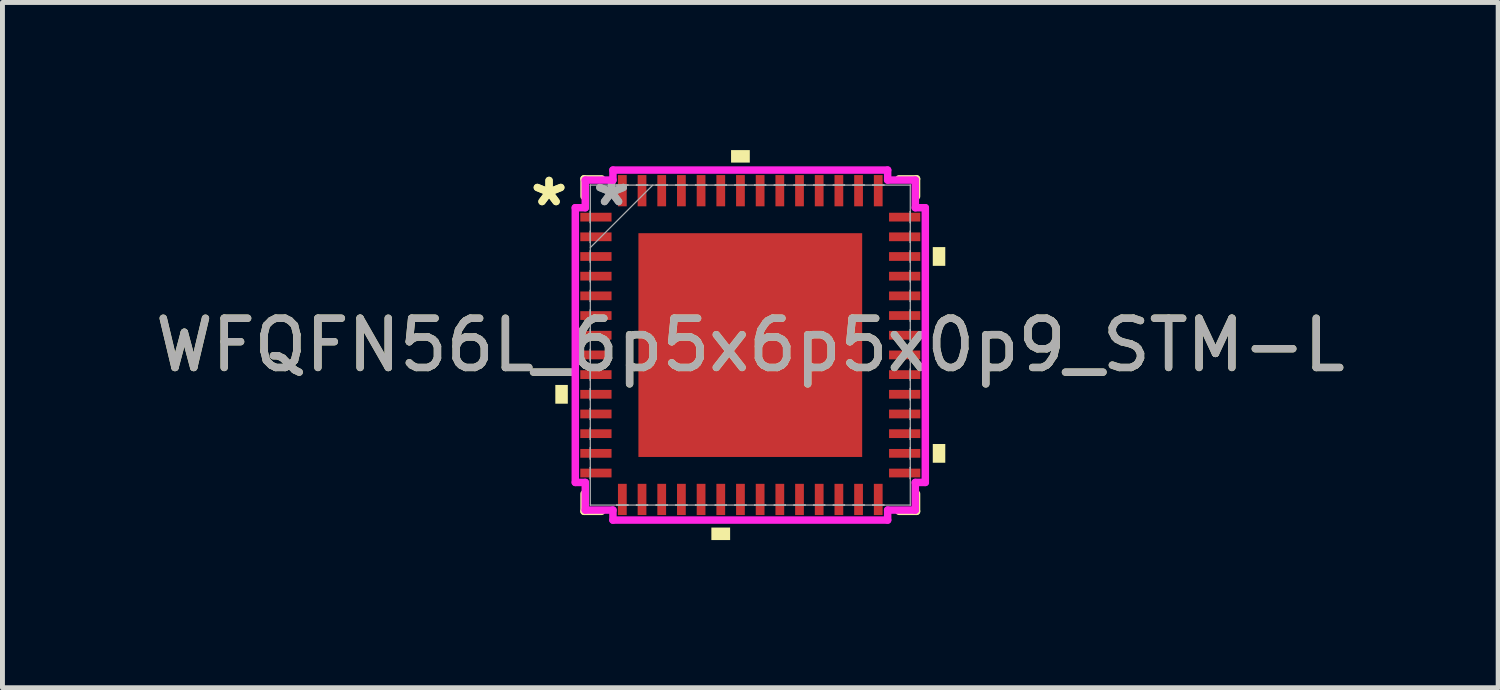
<source format=kicad_pcb>
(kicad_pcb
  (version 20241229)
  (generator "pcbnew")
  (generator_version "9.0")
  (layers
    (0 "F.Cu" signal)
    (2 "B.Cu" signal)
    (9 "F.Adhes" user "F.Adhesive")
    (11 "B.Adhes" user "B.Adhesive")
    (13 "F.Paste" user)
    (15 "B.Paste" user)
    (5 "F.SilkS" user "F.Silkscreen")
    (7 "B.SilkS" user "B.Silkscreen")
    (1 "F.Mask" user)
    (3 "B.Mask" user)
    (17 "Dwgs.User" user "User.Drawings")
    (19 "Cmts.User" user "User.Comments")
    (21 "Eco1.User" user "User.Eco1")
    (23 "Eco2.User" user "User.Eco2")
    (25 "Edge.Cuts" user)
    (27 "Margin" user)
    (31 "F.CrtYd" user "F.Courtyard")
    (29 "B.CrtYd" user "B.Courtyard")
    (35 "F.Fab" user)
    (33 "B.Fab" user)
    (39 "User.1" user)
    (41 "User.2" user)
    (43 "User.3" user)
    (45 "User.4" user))
  (footprint "WFQFN56L_6p5x6p5x0p9_STM-L"
    (layer "F.Cu")
    (at 12.196 3.962)
    (property "Reference" "WFQFN56L_6p5x6p5x0p9_STM-L" (at 0 0 0) (unlocked yes) (layer "F.SilkS") (effects (font (size 1 1) (thickness 0.15))))
    (attr smd)
    (fp_line (start -3.378 -3.378) (end -3.378 -3.022) (stroke (width 0.152) (type solid)) (layer "F.SilkS"))
    (fp_line (start -3.378 3.022) (end -3.378 3.378) (stroke (width 0.152) (type solid)) (layer "F.SilkS"))
    (fp_line (start -3.378 3.378) (end -3.022 3.378) (stroke (width 0.152) (type solid)) (layer "F.SilkS"))
    (fp_line (start -3.022 -3.378) (end -3.378 -3.378) (stroke (width 0.152) (type solid)) (layer "F.SilkS"))
    (fp_line (start 3.022 3.378) (end 3.378 3.378) (stroke (width 0.152) (type solid)) (layer "F.SilkS"))
    (fp_line (start 3.378 -3.378) (end 3.022 -3.378) (stroke (width 0.152) (type solid)) (layer "F.SilkS"))
    (fp_line (start 3.378 -3.022) (end 3.378 -3.378) (stroke (width 0.152) (type solid)) (layer "F.SilkS"))
    (fp_line (start 3.378 3.378) (end 3.378 3.022) (stroke (width 0.152) (type solid)) (layer "F.SilkS"))
    (fp_poly (pts (xy -3.962 0.81) (xy -3.962 1.191) (xy -3.708 1.191) (xy -3.708 0.81)) (stroke (width 0) (type solid)) (fill yes) (layer "F.SilkS"))
    (fp_poly (pts (xy -0.791 3.708) (xy -0.791 3.962) (xy -0.41 3.962) (xy -0.41 3.708)) (stroke (width 0) (type solid)) (fill yes) (layer "F.SilkS"))
    (fp_poly (pts (xy -0.391 -3.708) (xy -0.391 -3.962) (xy -0.01 -3.962) (xy -0.01 -3.708)) (stroke (width 0) (type solid)) (fill yes) (layer "F.SilkS"))
    (fp_poly (pts (xy 3.962 -1.991) (xy 3.962 -1.61) (xy 3.708 -1.61) (xy 3.708 -1.991)) (stroke (width 0) (type solid)) (fill yes) (layer "F.SilkS"))
    (fp_poly (pts (xy 3.962 2.01) (xy 3.962 2.391) (xy 3.708 2.391) (xy 3.708 2.01)) (stroke (width 0) (type solid)) (fill yes) (layer "F.SilkS"))
    (fp_poly (pts (xy -2.173 -2.173) (xy -2.173 -0.858) (xy -0.858 -0.858) (xy -0.858 -2.173)) (stroke (width 0) (type solid)) (fill yes) (layer "F.Paste"))
    (fp_poly (pts (xy -2.173 -0.658) (xy -2.173 0.658) (xy -0.858 0.658) (xy -0.858 -0.658)) (stroke (width 0) (type solid)) (fill yes) (layer "F.Paste"))
    (fp_poly (pts (xy -2.173 0.858) (xy -2.173 2.173) (xy -0.858 2.173) (xy -0.858 0.858)) (stroke (width 0) (type solid)) (fill yes) (layer "F.Paste"))
    (fp_poly (pts (xy -0.658 -2.173) (xy -0.658 -0.858) (xy 0.658 -0.858) (xy 0.658 -2.173)) (stroke (width 0) (type solid)) (fill yes) (layer "F.Paste"))
    (fp_poly (pts (xy -0.658 -0.658) (xy -0.658 0.658) (xy 0.658 0.658) (xy 0.658 -0.658)) (stroke (width 0) (type solid)) (fill yes) (layer "F.Paste"))
    (fp_poly (pts (xy -0.658 0.858) (xy -0.658 2.173) (xy 0.658 2.173) (xy 0.658 0.858)) (stroke (width 0) (type solid)) (fill yes) (layer "F.Paste"))
    (fp_poly (pts (xy 0.858 -2.173) (xy 0.858 -0.858) (xy 2.173 -0.858) (xy 2.173 -2.173)) (stroke (width 0) (type solid)) (fill yes) (layer "F.Paste"))
    (fp_poly (pts (xy 0.858 -0.658) (xy 0.858 0.658) (xy 2.173 0.658) (xy 2.173 -0.658)) (stroke (width 0) (type solid)) (fill yes) (layer "F.Paste"))
    (fp_poly (pts (xy 0.858 0.858) (xy 0.858 2.173) (xy 2.173 2.173) (xy 2.173 0.858)) (stroke (width 0) (type solid)) (fill yes) (layer "F.Paste"))
    (fp_line (start -3.556 -2.791) (end -3.353 -2.791) (stroke (width 0.152) (type solid)) (layer "F.CrtYd"))
    (fp_line (start -3.556 2.791) (end -3.556 -2.791) (stroke (width 0.152) (type solid)) (layer "F.CrtYd"))
    (fp_line (start -3.353 -3.353) (end -2.791 -3.353) (stroke (width 0.152) (type solid)) (layer "F.CrtYd"))
    (fp_line (start -3.353 -2.791) (end -3.353 -3.353) (stroke (width 0.152) (type solid)) (layer "F.CrtYd"))
    (fp_line (start -3.353 2.791) (end -3.556 2.791) (stroke (width 0.152) (type solid)) (layer "F.CrtYd"))
    (fp_line (start -3.353 3.353) (end -3.353 2.791) (stroke (width 0.152) (type solid)) (layer "F.CrtYd"))
    (fp_line (start -2.791 -3.556) (end 2.791 -3.556) (stroke (width 0.152) (type solid)) (layer "F.CrtYd"))
    (fp_line (start -2.791 -3.353) (end -2.791 -3.556) (stroke (width 0.152) (type solid)) (layer "F.CrtYd"))
    (fp_line (start -2.791 3.353) (end -3.353 3.353) (stroke (width 0.152) (type solid)) (layer "F.CrtYd"))
    (fp_line (start -2.791 3.556) (end -2.791 3.353) (stroke (width 0.152) (type solid)) (layer "F.CrtYd"))
    (fp_line (start 2.791 -3.556) (end 2.791 -3.353) (stroke (width 0.152) (type solid)) (layer "F.CrtYd"))
    (fp_line (start 2.791 -3.353) (end 3.353 -3.353) (stroke (width 0.152) (type solid)) (layer "F.CrtYd"))
    (fp_line (start 2.791 3.353) (end 2.791 3.556) (stroke (width 0.152) (type solid)) (layer "F.CrtYd"))
    (fp_line (start 2.791 3.556) (end -2.791 3.556) (stroke (width 0.152) (type solid)) (layer "F.CrtYd"))
    (fp_line (start 3.353 -3.353) (end 3.353 -2.791) (stroke (width 0.152) (type solid)) (layer "F.CrtYd"))
    (fp_line (start 3.353 -2.791) (end 3.556 -2.791) (stroke (width 0.152) (type solid)) (layer "F.CrtYd"))
    (fp_line (start 3.353 2.791) (end 3.353 3.353) (stroke (width 0.152) (type solid)) (layer "F.CrtYd"))
    (fp_line (start 3.353 3.353) (end 2.791 3.353) (stroke (width 0.152) (type solid)) (layer "F.CrtYd"))
    (fp_line (start 3.556 -2.791) (end 3.556 2.791) (stroke (width 0.152) (type solid)) (layer "F.CrtYd"))
    (fp_line (start 3.556 2.791) (end 3.353 2.791) (stroke (width 0.152) (type solid)) (layer "F.CrtYd"))
    (fp_line (start -3.251 -3.251) (end -3.251 -3.251) (stroke (width 0.025) (type solid)) (layer "F.Fab"))
    (fp_line (start -3.251 -3.251) (end -3.251 3.251) (stroke (width 0.025) (type solid)) (layer "F.Fab"))
    (fp_line (start -3.251 -2.715) (end -3.251 -2.715) (stroke (width 0.025) (type solid)) (layer "F.Fab"))
    (fp_line (start -3.251 -2.715) (end -3.251 -2.486) (stroke (width 0.025) (type solid)) (layer "F.Fab"))
    (fp_line (start -3.251 -2.486) (end -3.251 -2.715) (stroke (width 0.025) (type solid)) (layer "F.Fab"))
    (fp_line (start -3.251 -2.486) (end -3.251 -2.486) (stroke (width 0.025) (type solid)) (layer "F.Fab"))
    (fp_line (start -3.251 -2.315) (end -3.251 -2.315) (stroke (width 0.025) (type solid)) (layer "F.Fab"))
    (fp_line (start -3.251 -2.315) (end -3.251 -2.086) (stroke (width 0.025) (type solid)) (layer "F.Fab"))
    (fp_line (start -3.251 -2.086) (end -3.251 -2.315) (stroke (width 0.025) (type solid)) (layer "F.Fab"))
    (fp_line (start -3.251 -2.086) (end -3.251 -2.086) (stroke (width 0.025) (type solid)) (layer "F.Fab"))
    (fp_line (start -3.251 -1.981) (end -1.981 -3.251) (stroke (width 0.025) (type solid)) (layer "F.Fab"))
    (fp_line (start -3.251 -1.915) (end -3.251 -1.915) (stroke (width 0.025) (type solid)) (layer "F.Fab"))
    (fp_line (start -3.251 -1.915) (end -3.251 -1.686) (stroke (width 0.025) (type solid)) (layer "F.Fab"))
    (fp_line (start -3.251 -1.686) (end -3.251 -1.915) (stroke (width 0.025) (type solid)) (layer "F.Fab"))
    (fp_line (start -3.251 -1.686) (end -3.251 -1.686) (stroke (width 0.025) (type solid)) (layer "F.Fab"))
    (fp_line (start -3.251 -1.514) (end -3.251 -1.514) (stroke (width 0.025) (type solid)) (layer "F.Fab"))
    (fp_line (start -3.251 -1.514) (end -3.251 -1.286) (stroke (width 0.025) (type solid)) (layer "F.Fab"))
    (fp_line (start -3.251 -1.286) (end -3.251 -1.514) (stroke (width 0.025) (type solid)) (layer "F.Fab"))
    (fp_line (start -3.251 -1.286) (end -3.251 -1.286) (stroke (width 0.025) (type solid)) (layer "F.Fab"))
    (fp_line (start -3.251 -1.114) (end -3.251 -1.114) (stroke (width 0.025) (type solid)) (layer "F.Fab"))
    (fp_line (start -3.251 -1.114) (end -3.251 -0.886) (stroke (width 0.025) (type solid)) (layer "F.Fab"))
    (fp_line (start -3.251 -0.886) (end -3.251 -1.114) (stroke (width 0.025) (type solid)) (layer "F.Fab"))
    (fp_line (start -3.251 -0.886) (end -3.251 -0.886) (stroke (width 0.025) (type solid)) (layer "F.Fab"))
    (fp_line (start -3.251 -0.714) (end -3.251 -0.714) (stroke (width 0.025) (type solid)) (layer "F.Fab"))
    (fp_line (start -3.251 -0.714) (end -3.251 -0.486) (stroke (width 0.025) (type solid)) (layer "F.Fab"))
    (fp_line (start -3.251 -0.486) (end -3.251 -0.714) (stroke (width 0.025) (type solid)) (layer "F.Fab"))
    (fp_line (start -3.251 -0.486) (end -3.251 -0.486) (stroke (width 0.025) (type solid)) (layer "F.Fab"))
    (fp_line (start -3.251 -0.314) (end -3.251 -0.314) (stroke (width 0.025) (type solid)) (layer "F.Fab"))
    (fp_line (start -3.251 -0.314) (end -3.251 -0.086) (stroke (width 0.025) (type solid)) (layer "F.Fab"))
    (fp_line (start -3.251 -0.086) (end -3.251 -0.314) (stroke (width 0.025) (type solid)) (layer "F.Fab"))
    (fp_line (start -3.251 -0.086) (end -3.251 -0.086) (stroke (width 0.025) (type solid)) (layer "F.Fab"))
    (fp_line (start -3.251 0.086) (end -3.251 0.086) (stroke (width 0.025) (type solid)) (layer "F.Fab"))
    (fp_line (start -3.251 0.086) (end -3.251 0.314) (stroke (width 0.025) (type solid)) (layer "F.Fab"))
    (fp_line (start -3.251 0.314) (end -3.251 0.086) (stroke (width 0.025) (type solid)) (layer "F.Fab"))
    (fp_line (start -3.251 0.314) (end -3.251 0.314) (stroke (width 0.025) (type solid)) (layer "F.Fab"))
    (fp_line (start -3.251 0.486) (end -3.251 0.486) (stroke (width 0.025) (type solid)) (layer "F.Fab"))
    (fp_line (start -3.251 0.486) (end -3.251 0.714) (stroke (width 0.025) (type solid)) (layer "F.Fab"))
    (fp_line (start -3.251 0.714) (end -3.251 0.486) (stroke (width 0.025) (type solid)) (layer "F.Fab"))
    (fp_line (start -3.251 0.714) (end -3.251 0.714) (stroke (width 0.025) (type solid)) (layer "F.Fab"))
    (fp_line (start -3.251 0.886) (end -3.251 0.886) (stroke (width 0.025) (type solid)) (layer "F.Fab"))
    (fp_line (start -3.251 0.886) (end -3.251 1.114) (stroke (width 0.025) (type solid)) (layer "F.Fab"))
    (fp_line (start -3.251 1.114) (end -3.251 0.886) (stroke (width 0.025) (type solid)) (layer "F.Fab"))
    (fp_line (start -3.251 1.114) (end -3.251 1.114) (stroke (width 0.025) (type solid)) (layer "F.Fab"))
    (fp_line (start -3.251 1.286) (end -3.251 1.286) (stroke (width 0.025) (type solid)) (layer "F.Fab"))
    (fp_line (start -3.251 1.286) (end -3.251 1.514) (stroke (width 0.025) (type solid)) (layer "F.Fab"))
    (fp_line (start -3.251 1.514) (end -3.251 1.286) (stroke (width 0.025) (type solid)) (layer "F.Fab"))
    (fp_line (start -3.251 1.514) (end -3.251 1.514) (stroke (width 0.025) (type solid)) (layer "F.Fab"))
    (fp_line (start -3.251 1.686) (end -3.251 1.686) (stroke (width 0.025) (type solid)) (layer "F.Fab"))
    (fp_line (start -3.251 1.686) (end -3.251 1.915) (stroke (width 0.025) (type solid)) (layer "F.Fab"))
    (fp_line (start -3.251 1.915) (end -3.251 1.686) (stroke (width 0.025) (type solid)) (layer "F.Fab"))
    (fp_line (start -3.251 1.915) (end -3.251 1.915) (stroke (width 0.025) (type solid)) (layer "F.Fab"))
    (fp_line (start -3.251 2.086) (end -3.251 2.086) (stroke (width 0.025) (type solid)) (layer "F.Fab"))
    (fp_line (start -3.251 2.086) (end -3.251 2.315) (stroke (width 0.025) (type solid)) (layer "F.Fab"))
    (fp_line (start -3.251 2.315) (end -3.251 2.086) (stroke (width 0.025) (type solid)) (layer "F.Fab"))
    (fp_line (start -3.251 2.315) (end -3.251 2.315) (stroke (width 0.025) (type solid)) (layer "F.Fab"))
    (fp_line (start -3.251 2.486) (end -3.251 2.486) (stroke (width 0.025) (type solid)) (layer "F.Fab"))
    (fp_line (start -3.251 2.486) (end -3.251 2.715) (stroke (width 0.025) (type solid)) (layer "F.Fab"))
    (fp_line (start -3.251 2.715) (end -3.251 2.486) (stroke (width 0.025) (type solid)) (layer "F.Fab"))
    (fp_line (start -3.251 2.715) (end -3.251 2.715) (stroke (width 0.025) (type solid)) (layer "F.Fab"))
    (fp_line (start -3.251 3.251) (end -3.251 3.251) (stroke (width 0.025) (type solid)) (layer "F.Fab"))
    (fp_line (start -3.251 3.251) (end 3.251 3.251) (stroke (width 0.025) (type solid)) (layer "F.Fab"))
    (fp_line (start -2.715 -3.251) (end -2.715 -3.251) (stroke (width 0.025) (type solid)) (layer "F.Fab"))
    (fp_line (start -2.715 -3.251) (end -2.486 -3.251) (stroke (width 0.025) (type solid)) (layer "F.Fab"))
    (fp_line (start -2.715 3.251) (end -2.715 3.251) (stroke (width 0.025) (type solid)) (layer "F.Fab"))
    (fp_line (start -2.715 3.251) (end -2.486 3.251) (stroke (width 0.025) (type solid)) (layer "F.Fab"))
    (fp_line (start -2.486 -3.251) (end -2.715 -3.251) (stroke (width 0.025) (type solid)) (layer "F.Fab"))
    (fp_line (start -2.486 -3.251) (end -2.486 -3.251) (stroke (width 0.025) (type solid)) (layer "F.Fab"))
    (fp_line (start -2.486 3.251) (end -2.715 3.251) (stroke (width 0.025) (type solid)) (layer "F.Fab"))
    (fp_line (start -2.486 3.251) (end -2.486 3.251) (stroke (width 0.025) (type solid)) (layer "F.Fab"))
    (fp_line (start -2.315 -3.251) (end -2.315 -3.251) (stroke (width 0.025) (type solid)) (layer "F.Fab"))
    (fp_line (start -2.315 -3.251) (end -2.086 -3.251) (stroke (width 0.025) (type solid)) (layer "F.Fab"))
    (fp_line (start -2.315 3.251) (end -2.315 3.251) (stroke (width 0.025) (type solid)) (layer "F.Fab"))
    (fp_line (start -2.315 3.251) (end -2.086 3.251) (stroke (width 0.025) (type solid)) (layer "F.Fab"))
    (fp_line (start -2.086 -3.251) (end -2.315 -3.251) (stroke (width 0.025) (type solid)) (layer "F.Fab"))
    (fp_line (start -2.086 -3.251) (end -2.086 -3.251) (stroke (width 0.025) (type solid)) (layer "F.Fab"))
    (fp_line (start -2.086 3.251) (end -2.315 3.251) (stroke (width 0.025) (type solid)) (layer "F.Fab"))
    (fp_line (start -2.086 3.251) (end -2.086 3.251) (stroke (width 0.025) (type solid)) (layer "F.Fab"))
    (fp_line (start -1.915 -3.251) (end -1.915 -3.251) (stroke (width 0.025) (type solid)) (layer "F.Fab"))
    (fp_line (start -1.915 -3.251) (end -1.686 -3.251) (stroke (width 0.025) (type solid)) (layer "F.Fab"))
    (fp_line (start -1.915 3.251) (end -1.915 3.251) (stroke (width 0.025) (type solid)) (layer "F.Fab"))
    (fp_line (start -1.915 3.251) (end -1.686 3.251) (stroke (width 0.025) (type solid)) (layer "F.Fab"))
    (fp_line (start -1.686 -3.251) (end -1.915 -3.251) (stroke (width 0.025) (type solid)) (layer "F.Fab"))
    (fp_line (start -1.686 -3.251) (end -1.686 -3.251) (stroke (width 0.025) (type solid)) (layer "F.Fab"))
    (fp_line (start -1.686 3.251) (end -1.915 3.251) (stroke (width 0.025) (type solid)) (layer "F.Fab"))
    (fp_line (start -1.686 3.251) (end -1.686 3.251) (stroke (width 0.025) (type solid)) (layer "F.Fab"))
    (fp_line (start -1.514 -3.251) (end -1.514 -3.251) (stroke (width 0.025) (type solid)) (layer "F.Fab"))
    (fp_line (start -1.514 -3.251) (end -1.286 -3.251) (stroke (width 0.025) (type solid)) (layer "F.Fab"))
    (fp_line (start -1.514 3.251) (end -1.514 3.251) (stroke (width 0.025) (type solid)) (layer "F.Fab"))
    (fp_line (start -1.514 3.251) (end -1.286 3.251) (stroke (width 0.025) (type solid)) (layer "F.Fab"))
    (fp_line (start -1.286 -3.251) (end -1.514 -3.251) (stroke (width 0.025) (type solid)) (layer "F.Fab"))
    (fp_line (start -1.286 -3.251) (end -1.286 -3.251) (stroke (width 0.025) (type solid)) (layer "F.Fab"))
    (fp_line (start -1.286 3.251) (end -1.514 3.251) (stroke (width 0.025) (type solid)) (layer "F.Fab"))
    (fp_line (start -1.286 3.251) (end -1.286 3.251) (stroke (width 0.025) (type solid)) (layer "F.Fab"))
    (fp_line (start -1.114 -3.251) (end -1.114 -3.251) (stroke (width 0.025) (type solid)) (layer "F.Fab"))
    (fp_line (start -1.114 -3.251) (end -0.886 -3.251) (stroke (width 0.025) (type solid)) (layer "F.Fab"))
    (fp_line (start -1.114 3.251) (end -1.114 3.251) (stroke (width 0.025) (type solid)) (layer "F.Fab"))
    (fp_line (start -1.114 3.251) (end -0.886 3.251) (stroke (width 0.025) (type solid)) (layer "F.Fab"))
    (fp_line (start -0.886 -3.251) (end -1.114 -3.251) (stroke (width 0.025) (type solid)) (layer "F.Fab"))
    (fp_line (start -0.886 -3.251) (end -0.886 -3.251) (stroke (width 0.025) (type solid)) (layer "F.Fab"))
    (fp_line (start -0.886 3.251) (end -1.114 3.251) (stroke (width 0.025) (type solid)) (layer "F.Fab"))
    (fp_line (start -0.886 3.251) (end -0.886 3.251) (stroke (width 0.025) (type solid)) (layer "F.Fab"))
    (fp_line (start -0.714 -3.251) (end -0.714 -3.251) (stroke (width 0.025) (type solid)) (layer "F.Fab"))
    (fp_line (start -0.714 -3.251) (end -0.486 -3.251) (stroke (width 0.025) (type solid)) (layer "F.Fab"))
    (fp_line (start -0.714 3.251) (end -0.714 3.251) (stroke (width 0.025) (type solid)) (layer "F.Fab"))
    (fp_line (start -0.714 3.251) (end -0.486 3.251) (stroke (width 0.025) (type solid)) (layer "F.Fab"))
    (fp_line (start -0.486 -3.251) (end -0.714 -3.251) (stroke (width 0.025) (type solid)) (layer "F.Fab"))
    (fp_line (start -0.486 -3.251) (end -0.486 -3.251) (stroke (width 0.025) (type solid)) (layer "F.Fab"))
    (fp_line (start -0.486 3.251) (end -0.714 3.251) (stroke (width 0.025) (type solid)) (layer "F.Fab"))
    (fp_line (start -0.486 3.251) (end -0.486 3.251) (stroke (width 0.025) (type solid)) (layer "F.Fab"))
    (fp_line (start -0.314 -3.251) (end -0.314 -3.251) (stroke (width 0.025) (type solid)) (layer "F.Fab"))
    (fp_line (start -0.314 -3.251) (end -0.086 -3.251) (stroke (width 0.025) (type solid)) (layer "F.Fab"))
    (fp_line (start -0.314 3.251) (end -0.314 3.251) (stroke (width 0.025) (type solid)) (layer "F.Fab"))
    (fp_line (start -0.314 3.251) (end -0.086 3.251) (stroke (width 0.025) (type solid)) (layer "F.Fab"))
    (fp_line (start -0.086 -3.251) (end -0.314 -3.251) (stroke (width 0.025) (type solid)) (layer "F.Fab"))
    (fp_line (start -0.086 -3.251) (end -0.086 -3.251) (stroke (width 0.025) (type solid)) (layer "F.Fab"))
    (fp_line (start -0.086 3.251) (end -0.314 3.251) (stroke (width 0.025) (type solid)) (layer "F.Fab"))
    (fp_line (start -0.086 3.251) (end -0.086 3.251) (stroke (width 0.025) (type solid)) (layer "F.Fab"))
    (fp_line (start 0.086 -3.251) (end 0.086 -3.251) (stroke (width 0.025) (type solid)) (layer "F.Fab"))
    (fp_line (start 0.086 -3.251) (end 0.314 -3.251) (stroke (width 0.025) (type solid)) (layer "F.Fab"))
    (fp_line (start 0.086 3.251) (end 0.086 3.251) (stroke (width 0.025) (type solid)) (layer "F.Fab"))
    (fp_line (start 0.086 3.251) (end 0.314 3.251) (stroke (width 0.025) (type solid)) (layer "F.Fab"))
    (fp_line (start 0.314 -3.251) (end 0.086 -3.251) (stroke (width 0.025) (type solid)) (layer "F.Fab"))
    (fp_line (start 0.314 -3.251) (end 0.314 -3.251) (stroke (width 0.025) (type solid)) (layer "F.Fab"))
    (fp_line (start 0.314 3.251) (end 0.086 3.251) (stroke (width 0.025) (type solid)) (layer "F.Fab"))
    (fp_line (start 0.314 3.251) (end 0.314 3.251) (stroke (width 0.025) (type solid)) (layer "F.Fab"))
    (fp_line (start 0.486 -3.251) (end 0.486 -3.251) (stroke (width 0.025) (type solid)) (layer "F.Fab"))
    (fp_line (start 0.486 -3.251) (end 0.714 -3.251) (stroke (width 0.025) (type solid)) (layer "F.Fab"))
    (fp_line (start 0.486 3.251) (end 0.486 3.251) (stroke (width 0.025) (type solid)) (layer "F.Fab"))
    (fp_line (start 0.486 3.251) (end 0.714 3.251) (stroke (width 0.025) (type solid)) (layer "F.Fab"))
    (fp_line (start 0.714 -3.251) (end 0.486 -3.251) (stroke (width 0.025) (type solid)) (layer "F.Fab"))
    (fp_line (start 0.714 -3.251) (end 0.714 -3.251) (stroke (width 0.025) (type solid)) (layer "F.Fab"))
    (fp_line (start 0.714 3.251) (end 0.486 3.251) (stroke (width 0.025) (type solid)) (layer "F.Fab"))
    (fp_line (start 0.714 3.251) (end 0.714 3.251) (stroke (width 0.025) (type solid)) (layer "F.Fab"))
    (fp_line (start 0.886 -3.251) (end 0.886 -3.251) (stroke (width 0.025) (type solid)) (layer "F.Fab"))
    (fp_line (start 0.886 -3.251) (end 1.114 -3.251) (stroke (width 0.025) (type solid)) (layer "F.Fab"))
    (fp_line (start 0.886 3.251) (end 0.886 3.251) (stroke (width 0.025) (type solid)) (layer "F.Fab"))
    (fp_line (start 0.886 3.251) (end 1.114 3.251) (stroke (width 0.025) (type solid)) (layer "F.Fab"))
    (fp_line (start 1.114 -3.251) (end 0.886 -3.251) (stroke (width 0.025) (type solid)) (layer "F.Fab"))
    (fp_line (start 1.114 -3.251) (end 1.114 -3.251) (stroke (width 0.025) (type solid)) (layer "F.Fab"))
    (fp_line (start 1.114 3.251) (end 0.886 3.251) (stroke (width 0.025) (type solid)) (layer "F.Fab"))
    (fp_line (start 1.114 3.251) (end 1.114 3.251) (stroke (width 0.025) (type solid)) (layer "F.Fab"))
    (fp_line (start 1.286 -3.251) (end 1.286 -3.251) (stroke (width 0.025) (type solid)) (layer "F.Fab"))
    (fp_line (start 1.286 -3.251) (end 1.514 -3.251) (stroke (width 0.025) (type solid)) (layer "F.Fab"))
    (fp_line (start 1.286 3.251) (end 1.286 3.251) (stroke (width 0.025) (type solid)) (layer "F.Fab"))
    (fp_line (start 1.286 3.251) (end 1.514 3.251) (stroke (width 0.025) (type solid)) (layer "F.Fab"))
    (fp_line (start 1.514 -3.251) (end 1.286 -3.251) (stroke (width 0.025) (type solid)) (layer "F.Fab"))
    (fp_line (start 1.514 -3.251) (end 1.514 -3.251) (stroke (width 0.025) (type solid)) (layer "F.Fab"))
    (fp_line (start 1.514 3.251) (end 1.286 3.251) (stroke (width 0.025) (type solid)) (layer "F.Fab"))
    (fp_line (start 1.514 3.251) (end 1.514 3.251) (stroke (width 0.025) (type solid)) (layer "F.Fab"))
    (fp_line (start 1.686 -3.251) (end 1.686 -3.251) (stroke (width 0.025) (type solid)) (layer "F.Fab"))
    (fp_line (start 1.686 -3.251) (end 1.915 -3.251) (stroke (width 0.025) (type solid)) (layer "F.Fab"))
    (fp_line (start 1.686 3.251) (end 1.686 3.251) (stroke (width 0.025) (type solid)) (layer "F.Fab"))
    (fp_line (start 1.686 3.251) (end 1.915 3.251) (stroke (width 0.025) (type solid)) (layer "F.Fab"))
    (fp_line (start 1.915 -3.251) (end 1.686 -3.251) (stroke (width 0.025) (type solid)) (layer "F.Fab"))
    (fp_line (start 1.915 -3.251) (end 1.915 -3.251) (stroke (width 0.025) (type solid)) (layer "F.Fab"))
    (fp_line (start 1.915 3.251) (end 1.686 3.251) (stroke (width 0.025) (type solid)) (layer "F.Fab"))
    (fp_line (start 1.915 3.251) (end 1.915 3.251) (stroke (width 0.025) (type solid)) (layer "F.Fab"))
    (fp_line (start 2.086 -3.251) (end 2.086 -3.251) (stroke (width 0.025) (type solid)) (layer "F.Fab"))
    (fp_line (start 2.086 -3.251) (end 2.315 -3.251) (stroke (width 0.025) (type solid)) (layer "F.Fab"))
    (fp_line (start 2.086 3.251) (end 2.086 3.251) (stroke (width 0.025) (type solid)) (layer "F.Fab"))
    (fp_line (start 2.086 3.251) (end 2.315 3.251) (stroke (width 0.025) (type solid)) (layer "F.Fab"))
    (fp_line (start 2.315 -3.251) (end 2.086 -3.251) (stroke (width 0.025) (type solid)) (layer "F.Fab"))
    (fp_line (start 2.315 -3.251) (end 2.315 -3.251) (stroke (width 0.025) (type solid)) (layer "F.Fab"))
    (fp_line (start 2.315 3.251) (end 2.086 3.251) (stroke (width 0.025) (type solid)) (layer "F.Fab"))
    (fp_line (start 2.315 3.251) (end 2.315 3.251) (stroke (width 0.025) (type solid)) (layer "F.Fab"))
    (fp_line (start 2.486 -3.251) (end 2.486 -3.251) (stroke (width 0.025) (type solid)) (layer "F.Fab"))
    (fp_line (start 2.486 -3.251) (end 2.715 -3.251) (stroke (width 0.025) (type solid)) (layer "F.Fab"))
    (fp_line (start 2.486 3.251) (end 2.486 3.251) (stroke (width 0.025) (type solid)) (layer "F.Fab"))
    (fp_line (start 2.486 3.251) (end 2.715 3.251) (stroke (width 0.025) (type solid)) (layer "F.Fab"))
    (fp_line (start 2.715 -3.251) (end 2.486 -3.251) (stroke (width 0.025) (type solid)) (layer "F.Fab"))
    (fp_line (start 2.715 -3.251) (end 2.715 -3.251) (stroke (width 0.025) (type solid)) (layer "F.Fab"))
    (fp_line (start 2.715 3.251) (end 2.486 3.251) (stroke (width 0.025) (type solid)) (layer "F.Fab"))
    (fp_line (start 2.715 3.251) (end 2.715 3.251) (stroke (width 0.025) (type solid)) (layer "F.Fab"))
    (fp_line (start 3.251 -3.251) (end -3.251 -3.251) (stroke (width 0.025) (type solid)) (layer "F.Fab"))
    (fp_line (start 3.251 -3.251) (end 3.251 -3.251) (stroke (width 0.025) (type solid)) (layer "F.Fab"))
    (fp_line (start 3.251 -2.715) (end 3.251 -2.715) (stroke (width 0.025) (type solid)) (layer "F.Fab"))
    (fp_line (start 3.251 -2.715) (end 3.251 -2.486) (stroke (width 0.025) (type solid)) (layer "F.Fab"))
    (fp_line (start 3.251 -2.486) (end 3.251 -2.715) (stroke (width 0.025) (type solid)) (layer "F.Fab"))
    (fp_line (start 3.251 -2.486) (end 3.251 -2.486) (stroke (width 0.025) (type solid)) (layer "F.Fab"))
    (fp_line (start 3.251 -2.315) (end 3.251 -2.315) (stroke (width 0.025) (type solid)) (layer "F.Fab"))
    (fp_line (start 3.251 -2.315) (end 3.251 -2.086) (stroke (width 0.025) (type solid)) (layer "F.Fab"))
    (fp_line (start 3.251 -2.086) (end 3.251 -2.315) (stroke (width 0.025) (type solid)) (layer "F.Fab"))
    (fp_line (start 3.251 -2.086) (end 3.251 -2.086) (stroke (width 0.025) (type solid)) (layer "F.Fab"))
    (fp_line (start 3.251 -1.915) (end 3.251 -1.915) (stroke (width 0.025) (type solid)) (layer "F.Fab"))
    (fp_line (start 3.251 -1.915) (end 3.251 -1.686) (stroke (width 0.025) (type solid)) (layer "F.Fab"))
    (fp_line (start 3.251 -1.686) (end 3.251 -1.915) (stroke (width 0.025) (type solid)) (layer "F.Fab"))
    (fp_line (start 3.251 -1.686) (end 3.251 -1.686) (stroke (width 0.025) (type solid)) (layer "F.Fab"))
    (fp_line (start 3.251 -1.514) (end 3.251 -1.514) (stroke (width 0.025) (type solid)) (layer "F.Fab"))
    (fp_line (start 3.251 -1.514) (end 3.251 -1.286) (stroke (width 0.025) (type solid)) (layer "F.Fab"))
    (fp_line (start 3.251 -1.286) (end 3.251 -1.514) (stroke (width 0.025) (type solid)) (layer "F.Fab"))
    (fp_line (start 3.251 -1.286) (end 3.251 -1.286) (stroke (width 0.025) (type solid)) (layer "F.Fab"))
    (fp_line (start 3.251 -1.114) (end 3.251 -1.114) (stroke (width 0.025) (type solid)) (layer "F.Fab"))
    (fp_line (start 3.251 -1.114) (end 3.251 -0.886) (stroke (width 0.025) (type solid)) (layer "F.Fab"))
    (fp_line (start 3.251 -0.886) (end 3.251 -1.114) (stroke (width 0.025) (type solid)) (layer "F.Fab"))
    (fp_line (start 3.251 -0.886) (end 3.251 -0.886) (stroke (width 0.025) (type solid)) (layer "F.Fab"))
    (fp_line (start 3.251 -0.714) (end 3.251 -0.714) (stroke (width 0.025) (type solid)) (layer "F.Fab"))
    (fp_line (start 3.251 -0.714) (end 3.251 -0.486) (stroke (width 0.025) (type solid)) (layer "F.Fab"))
    (fp_line (start 3.251 -0.486) (end 3.251 -0.714) (stroke (width 0.025) (type solid)) (layer "F.Fab"))
    (fp_line (start 3.251 -0.486) (end 3.251 -0.486) (stroke (width 0.025) (type solid)) (layer "F.Fab"))
    (fp_line (start 3.251 -0.314) (end 3.251 -0.314) (stroke (width 0.025) (type solid)) (layer "F.Fab"))
    (fp_line (start 3.251 -0.314) (end 3.251 -0.086) (stroke (width 0.025) (type solid)) (layer "F.Fab"))
    (fp_line (start 3.251 -0.086) (end 3.251 -0.314) (stroke (width 0.025) (type solid)) (layer "F.Fab"))
    (fp_line (start 3.251 -0.086) (end 3.251 -0.086) (stroke (width 0.025) (type solid)) (layer "F.Fab"))
    (fp_line (start 3.251 0.086) (end 3.251 0.086) (stroke (width 0.025) (type solid)) (layer "F.Fab"))
    (fp_line (start 3.251 0.086) (end 3.251 0.314) (stroke (width 0.025) (type solid)) (layer "F.Fab"))
    (fp_line (start 3.251 0.314) (end 3.251 0.086) (stroke (width 0.025) (type solid)) (layer "F.Fab"))
    (fp_line (start 3.251 0.314) (end 3.251 0.314) (stroke (width 0.025) (type solid)) (layer "F.Fab"))
    (fp_line (start 3.251 0.486) (end 3.251 0.486) (stroke (width 0.025) (type solid)) (layer "F.Fab"))
    (fp_line (start 3.251 0.486) (end 3.251 0.714) (stroke (width 0.025) (type solid)) (layer "F.Fab"))
    (fp_line (start 3.251 0.714) (end 3.251 0.486) (stroke (width 0.025) (type solid)) (layer "F.Fab"))
    (fp_line (start 3.251 0.714) (end 3.251 0.714) (stroke (width 0.025) (type solid)) (layer "F.Fab"))
    (fp_line (start 3.251 0.886) (end 3.251 0.886) (stroke (width 0.025) (type solid)) (layer "F.Fab"))
    (fp_line (start 3.251 0.886) (end 3.251 1.114) (stroke (width 0.025) (type solid)) (layer "F.Fab"))
    (fp_line (start 3.251 1.114) (end 3.251 0.886) (stroke (width 0.025) (type solid)) (layer "F.Fab"))
    (fp_line (start 3.251 1.114) (end 3.251 1.114) (stroke (width 0.025) (type solid)) (layer "F.Fab"))
    (fp_line (start 3.251 1.286) (end 3.251 1.286) (stroke (width 0.025) (type solid)) (layer "F.Fab"))
    (fp_line (start 3.251 1.286) (end 3.251 1.514) (stroke (width 0.025) (type solid)) (layer "F.Fab"))
    (fp_line (start 3.251 1.514) (end 3.251 1.286) (stroke (width 0.025) (type solid)) (layer "F.Fab"))
    (fp_line (start 3.251 1.514) (end 3.251 1.514) (stroke (width 0.025) (type solid)) (layer "F.Fab"))
    (fp_line (start 3.251 1.686) (end 3.251 1.686) (stroke (width 0.025) (type solid)) (layer "F.Fab"))
    (fp_line (start 3.251 1.686) (end 3.251 1.915) (stroke (width 0.025) (type solid)) (layer "F.Fab"))
    (fp_line (start 3.251 1.915) (end 3.251 1.686) (stroke (width 0.025) (type solid)) (layer "F.Fab"))
    (fp_line (start 3.251 1.915) (end 3.251 1.915) (stroke (width 0.025) (type solid)) (layer "F.Fab"))
    (fp_line (start 3.251 2.086) (end 3.251 2.086) (stroke (width 0.025) (type solid)) (layer "F.Fab"))
    (fp_line (start 3.251 2.086) (end 3.251 2.315) (stroke (width 0.025) (type solid)) (layer "F.Fab"))
    (fp_line (start 3.251 2.315) (end 3.251 2.086) (stroke (width 0.025) (type solid)) (layer "F.Fab"))
    (fp_line (start 3.251 2.315) (end 3.251 2.315) (stroke (width 0.025) (type solid)) (layer "F.Fab"))
    (fp_line (start 3.251 2.486) (end 3.251 2.486) (stroke (width 0.025) (type solid)) (layer "F.Fab"))
    (fp_line (start 3.251 2.486) (end 3.251 2.715) (stroke (width 0.025) (type solid)) (layer "F.Fab"))
    (fp_line (start 3.251 2.715) (end 3.251 2.486) (stroke (width 0.025) (type solid)) (layer "F.Fab"))
    (fp_line (start 3.251 2.715) (end 3.251 2.715) (stroke (width 0.025) (type solid)) (layer "F.Fab"))
    (fp_line (start 3.251 3.251) (end 3.251 -3.251) (stroke (width 0.025) (type solid)) (layer "F.Fab"))
    (fp_line (start 3.251 3.251) (end 3.251 3.251) (stroke (width 0.025) (type solid)) (layer "F.Fab"))
    (fp_text user "*" (at -4.089 -2.8 0) (layer "F.SilkS") (effects (font (size 1 1) (thickness 0.15))))
    (fp_text user "*" (at -4.089 -2.8 0) (unlocked yes) (layer "F.SilkS") (effects (font (size 1 1) (thickness 0.15))))
    (fp_text user "*" (at -2.819 -2.8 0) (layer "F.Fab") (effects (font (size 1 1) (thickness 0.15))))
    (fp_text user "${REFERENCE}" (at 0 0 0) (unlocked yes) (layer "F.Fab") (effects (font (size 1 1) (thickness 0.15))))
    (fp_text user "*" (at -2.819 -2.8 0) (unlocked yes) (layer "F.Fab") (effects (font (size 1 1) (thickness 0.15))))
    (pad "1" smd rect (at -3.137 -2.6 90) (size 0.178 0.635) (layers "F.Cu" "F.Mask" "F.Paste"))
    (pad "2" smd rect (at -3.137 -2.2 90) (size 0.178 0.635) (layers "F.Cu" "F.Mask" "F.Paste"))
    (pad "3" smd rect (at -3.137 -1.8 90) (size 0.178 0.635) (layers "F.Cu" "F.Mask" "F.Paste"))
    (pad "4" smd rect (at -3.137 -1.4 90) (size 0.178 0.635) (layers "F.Cu" "F.Mask" "F.Paste"))
    (pad "5" smd rect (at -3.137 -1 90) (size 0.178 0.635) (layers "F.Cu" "F.Mask" "F.Paste"))
    (pad "6" smd rect (at -3.137 -0.6 90) (size 0.178 0.635) (layers "F.Cu" "F.Mask" "F.Paste"))
    (pad "7" smd rect (at -3.137 -0.2 90) (size 0.178 0.635) (layers "F.Cu" "F.Mask" "F.Paste"))
    (pad "8" smd rect (at -3.137 0.2 90) (size 0.178 0.635) (layers "F.Cu" "F.Mask" "F.Paste"))
    (pad "9" smd rect (at -3.137 0.6 90) (size 0.178 0.635) (layers "F.Cu" "F.Mask" "F.Paste"))
    (pad "10" smd rect (at -3.137 1 90) (size 0.178 0.635) (layers "F.Cu" "F.Mask" "F.Paste"))
    (pad "11" smd rect (at -3.137 1.4 90) (size 0.178 0.635) (layers "F.Cu" "F.Mask" "F.Paste"))
    (pad "12" smd rect (at -3.137 1.8 90) (size 0.178 0.635) (layers "F.Cu" "F.Mask" "F.Paste"))
    (pad "13" smd rect (at -3.137 2.2 90) (size 0.178 0.635) (layers "F.Cu" "F.Mask" "F.Paste"))
    (pad "14" smd rect (at -3.137 2.6 90) (size 0.178 0.635) (layers "F.Cu" "F.Mask" "F.Paste"))
    (pad "15" smd rect (at -2.6 3.137) (size 0.178 0.635) (layers "F.Cu" "F.Mask" "F.Paste"))
    (pad "16" smd rect (at -2.2 3.137) (size 0.178 0.635) (layers "F.Cu" "F.Mask" "F.Paste"))
    (pad "17" smd rect (at -1.8 3.137) (size 0.178 0.635) (layers "F.Cu" "F.Mask" "F.Paste"))
    (pad "18" smd rect (at -1.4 3.137) (size 0.178 0.635) (layers "F.Cu" "F.Mask" "F.Paste"))
    (pad "19" smd rect (at -1 3.137) (size 0.178 0.635) (layers "F.Cu" "F.Mask" "F.Paste"))
    (pad "20" smd rect (at -0.6 3.137) (size 0.178 0.635) (layers "F.Cu" "F.Mask" "F.Paste"))
    (pad "21" smd rect (at -0.2 3.137) (size 0.178 0.635) (layers "F.Cu" "F.Mask" "F.Paste"))
    (pad "22" smd rect (at 0.2 3.137) (size 0.178 0.635) (layers "F.Cu" "F.Mask" "F.Paste"))
    (pad "23" smd rect (at 0.6 3.137) (size 0.178 0.635) (layers "F.Cu" "F.Mask" "F.Paste"))
    (pad "24" smd rect (at 1 3.137) (size 0.178 0.635) (layers "F.Cu" "F.Mask" "F.Paste"))
    (pad "25" smd rect (at 1.4 3.137) (size 0.178 0.635) (layers "F.Cu" "F.Mask" "F.Paste"))
    (pad "26" smd rect (at 1.8 3.137) (size 0.178 0.635) (layers "F.Cu" "F.Mask" "F.Paste"))
    (pad "27" smd rect (at 2.2 3.137) (size 0.178 0.635) (layers "F.Cu" "F.Mask" "F.Paste"))
    (pad "28" smd rect (at 2.6 3.137) (size 0.178 0.635) (layers "F.Cu" "F.Mask" "F.Paste"))
    (pad "29" smd rect (at 3.137 2.6 90) (size 0.178 0.635) (layers "F.Cu" "F.Mask" "F.Paste"))
    (pad "30" smd rect (at 3.137 2.2 90) (size 0.178 0.635) (layers "F.Cu" "F.Mask" "F.Paste"))
    (pad "31" smd rect (at 3.137 1.8 90) (size 0.178 0.635) (layers "F.Cu" "F.Mask" "F.Paste"))
    (pad "32" smd rect (at 3.137 1.4 90) (size 0.178 0.635) (layers "F.Cu" "F.Mask" "F.Paste"))
    (pad "33" smd rect (at 3.137 1 90) (size 0.178 0.635) (layers "F.Cu" "F.Mask" "F.Paste"))
    (pad "34" smd rect (at 3.137 0.6 90) (size 0.178 0.635) (layers "F.Cu" "F.Mask" "F.Paste"))
    (pad "35" smd rect (at 3.137 0.2 90) (size 0.178 0.635) (layers "F.Cu" "F.Mask" "F.Paste"))
    (pad "36" smd rect (at 3.137 -0.2 90) (size 0.178 0.635) (layers "F.Cu" "F.Mask" "F.Paste"))
    (pad "37" smd rect (at 3.137 -0.6 90) (size 0.178 0.635) (layers "F.Cu" "F.Mask" "F.Paste"))
    (pad "38" smd rect (at 3.137 -1 90) (size 0.178 0.635) (layers "F.Cu" "F.Mask" "F.Paste"))
    (pad "39" smd rect (at 3.137 -1.4 90) (size 0.178 0.635) (layers "F.Cu" "F.Mask" "F.Paste"))
    (pad "40" smd rect (at 3.137 -1.8 90) (size 0.178 0.635) (layers "F.Cu" "F.Mask" "F.Paste"))
    (pad "41" smd rect (at 3.137 -2.2 90) (size 0.178 0.635) (layers "F.Cu" "F.Mask" "F.Paste"))
    (pad "42" smd rect (at 3.137 -2.6 90) (size 0.178 0.635) (layers "F.Cu" "F.Mask" "F.Paste"))
    (pad "43" smd rect (at 2.6 -3.137) (size 0.178 0.635) (layers "F.Cu" "F.Mask" "F.Paste"))
    (pad "44" smd rect (at 2.2 -3.137) (size 0.178 0.635) (layers "F.Cu" "F.Mask" "F.Paste"))
    (pad "45" smd rect (at 1.8 -3.137) (size 0.178 0.635) (layers "F.Cu" "F.Mask" "F.Paste"))
    (pad "46" smd rect (at 1.4 -3.137) (size 0.178 0.635) (layers "F.Cu" "F.Mask" "F.Paste"))
    (pad "47" smd rect (at 1 -3.137) (size 0.178 0.635) (layers "F.Cu" "F.Mask" "F.Paste"))
    (pad "48" smd rect (at 0.6 -3.137) (size 0.178 0.635) (layers "F.Cu" "F.Mask" "F.Paste"))
    (pad "49" smd rect (at 0.2 -3.137) (size 0.178 0.635) (layers "F.Cu" "F.Mask" "F.Paste"))
    (pad "50" smd rect (at -0.2 -3.137) (size 0.178 0.635) (layers "F.Cu" "F.Mask" "F.Paste"))
    (pad "51" smd rect (at -0.6 -3.137) (size 0.178 0.635) (layers "F.Cu" "F.Mask" "F.Paste"))
    (pad "52" smd rect (at -1 -3.137) (size 0.178 0.635) (layers "F.Cu" "F.Mask" "F.Paste"))
    (pad "53" smd rect (at -1.4 -3.137) (size 0.178 0.635) (layers "F.Cu" "F.Mask" "F.Paste"))
    (pad "54" smd rect (at -1.8 -3.137) (size 0.178 0.635) (layers "F.Cu" "F.Mask" "F.Paste"))
    (pad "55" smd rect (at -2.2 -3.137) (size 0.178 0.635) (layers "F.Cu" "F.Mask" "F.Paste"))
    (pad "56" smd rect (at -2.6 -3.137) (size 0.178 0.635) (layers "F.Cu" "F.Mask" "F.Paste"))
    (pad "57" smd rect (at 0 0) (size 4.547 4.547) (layers "F.Cu" "F.Mask" "F.Paste")))
  (gr_rect
    (start -3 -3)
    (end 27.393 10.925)
    (stroke (width 0.1) (type default))
    (fill no)
    (layer "Edge.Cuts")))
</source>
